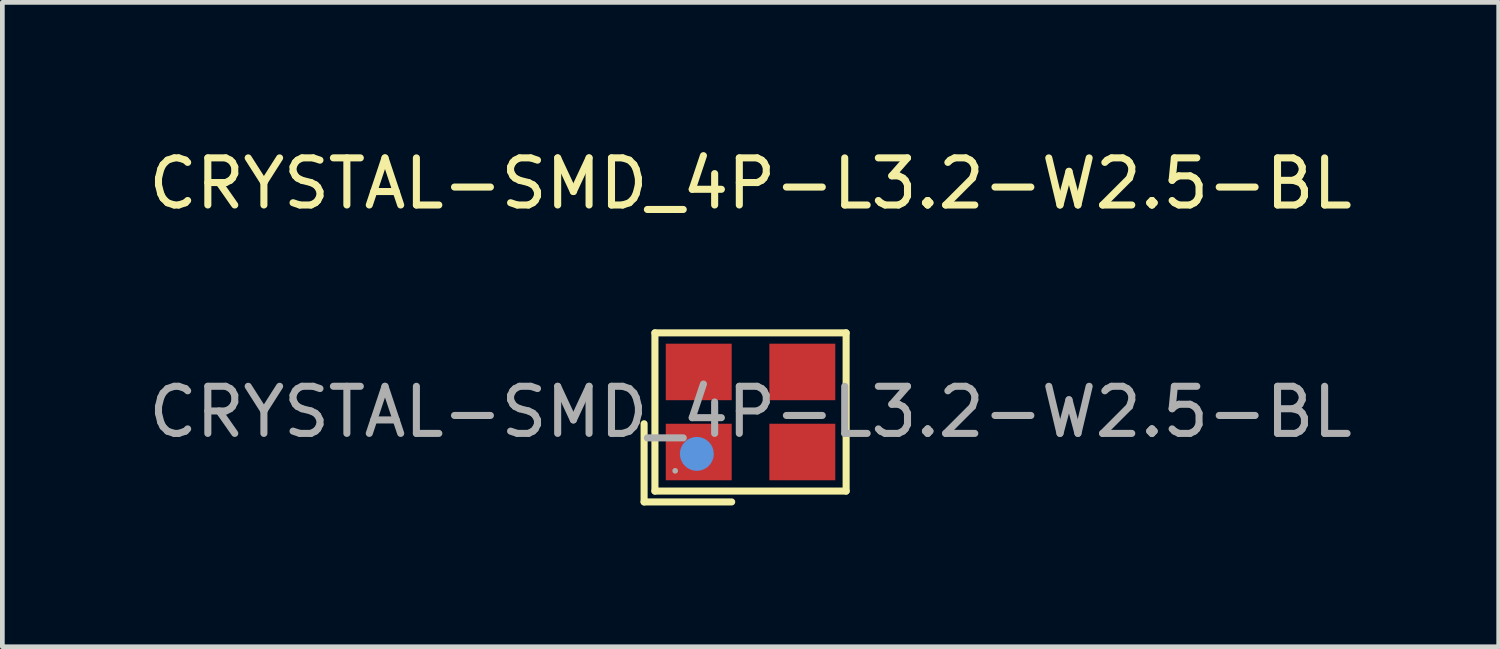
<source format=kicad_pcb>
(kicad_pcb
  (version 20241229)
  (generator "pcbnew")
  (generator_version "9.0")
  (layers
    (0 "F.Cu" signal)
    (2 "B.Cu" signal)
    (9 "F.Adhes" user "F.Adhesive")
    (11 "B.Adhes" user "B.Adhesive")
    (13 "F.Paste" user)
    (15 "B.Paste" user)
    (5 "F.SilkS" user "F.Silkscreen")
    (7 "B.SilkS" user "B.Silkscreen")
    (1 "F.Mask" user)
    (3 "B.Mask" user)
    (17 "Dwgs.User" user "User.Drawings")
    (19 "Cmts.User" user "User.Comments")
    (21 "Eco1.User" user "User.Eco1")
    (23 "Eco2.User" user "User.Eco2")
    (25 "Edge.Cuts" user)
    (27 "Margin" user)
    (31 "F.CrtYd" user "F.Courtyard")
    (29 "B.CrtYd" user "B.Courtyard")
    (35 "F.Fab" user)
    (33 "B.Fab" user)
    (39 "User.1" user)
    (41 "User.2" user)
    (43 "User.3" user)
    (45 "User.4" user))
  (footprint "CRYSTAL-SMD_4P-L3.2-W2.5-BL"
    (layer "F.Cu")
    (at 12.887 5.698)
    (property "Reference" "CRYSTAL-SMD_4P-L3.2-W2.5-BL" (at 0 -4.85 0) (layer "F.SilkS") (effects (font (size 1 1) (thickness 0.15))))
    (attr through_hole)
    (fp_line (start -2.26 0.25) (end -2.26 1.91) (stroke (width 0.15) (type solid)) (layer "F.SilkS"))
    (fp_line (start -2.26 1.91) (end -0.4 1.91) (stroke (width 0.15) (type solid)) (layer "F.SilkS"))
    (fp_line (start -2.03 -1.68) (end 2.03 -1.68) (stroke (width 0.15) (type solid)) (layer "F.SilkS"))
    (fp_line (start -2.03 1.68) (end -2.03 -1.68) (stroke (width 0.15) (type solid)) (layer "F.SilkS"))
    (fp_line (start 2.03 -1.68) (end 2.03 1.68) (stroke (width 0.15) (type solid)) (layer "F.SilkS"))
    (fp_line (start 2.03 1.68) (end -2.03 1.68) (stroke (width 0.15) (type solid)) (layer "F.SilkS"))
    (fp_circle (center -1.14 0.89) (end -0.96 0.89) (stroke (width 0.36) (type solid)) (fill no) (layer "Cmts.User"))
    (fp_circle (center -1.6 1.25) (end -1.57 1.25) (stroke (width 0.06) (type solid)) (fill no) (layer "F.Fab"))
    (fp_text user "${REFERENCE}" (at 0 0 0) (layer "F.Fab") (effects (font (size 1 1) (thickness 0.15))))
    (pad "1" smd rect (at -1.1 0.85) (size 1.4 1.2) (layers "F.Cu" "F.Mask" "F.Paste"))
    (pad "2" smd rect (at 1.1 0.85) (size 1.4 1.2) (layers "F.Cu" "F.Mask" "F.Paste"))
    (pad "3" smd rect (at 1.1 -0.85) (size 1.4 1.2) (layers "F.Cu" "F.Mask" "F.Paste"))
    (pad "4" smd rect (at -1.1 -0.85) (size 1.4 1.2) (layers "F.Cu" "F.Mask" "F.Paste")))
  (gr_rect
    (start -3 -3)
    (end 28.774 10.683)
    (stroke (width 0.1) (type default))
    (fill no)
    (layer "Edge.Cuts")))
</source>
